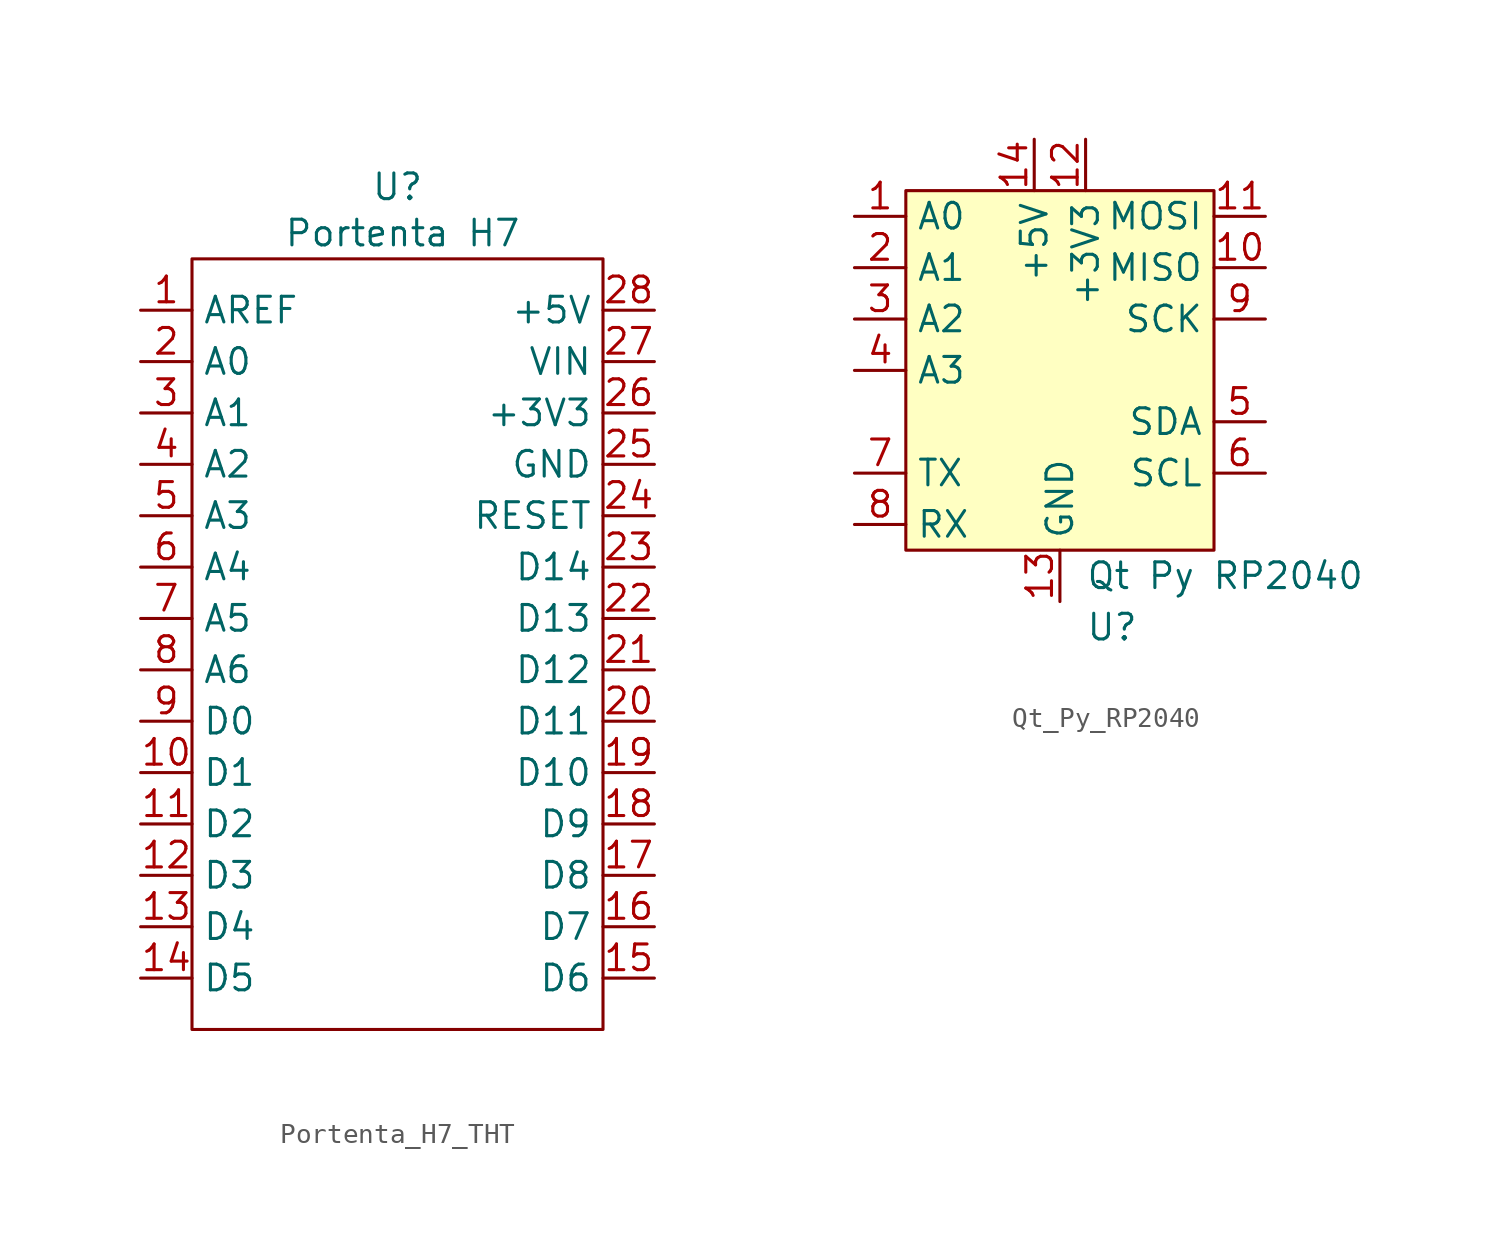
<source format=kicad_sym>
(kicad_symbol_lib
  (version 20231120)
  (generator "kicad_symbol_editor")
  (generator_version "8.0")
  (symbol "Portenta_H7_THT"
    (property "Reference" "U"
      (at 0 22.606 0)
      (effects (font (size 1.27 1.27))))
    (property "Value" "Portenta H7"
      (at 0.254 20.32 0)
      (effects (font (size 1.27 1.27))))
    (symbol "Portenta_H7_THT_0_0"
      (pin power_out line (at -12.7 16.51 0) (length 2.54) (name "AREF" (effects (font (size 1.27 1.27)))) (number "1" (effects (font (size 1.27 1.27)))))
      (pin input line (at 12.7 6.35 180) (length 2.54) (name "RESET" (effects (font (size 1.27 1.27)))) (number "24" (effects (font (size 1.27 1.27)))))
      (pin passive line (at 12.7 8.89 180) (length 2.54) (name "GND" (effects (font (size 1.27 1.27)))) (number "25" (effects (font (size 1.27 1.27)))))
      (pin power_out line (at 12.7 11.43 180) (length 2.54) (name "+3V3" (effects (font (size 1.27 1.27)))) (number "26" (effects (font (size 1.27 1.27)))))
      (pin power_in line (at 12.7 13.97 180) (length 2.54) (name "VIN" (effects (font (size 1.27 1.27)))) (number "27" (effects (font (size 1.27 1.27)))))
      (pin power_out line (at 12.7 16.51 180) (length 2.54) (name "+5V" (effects (font (size 1.27 1.27)))) (number "28" (effects (font (size 1.27 1.27))))))
    (symbol "Portenta_H7_THT_0_1"
      (rectangle (start -10.16 19.05) (end 10.16 -19.05) (stroke (width 0) (type default)) (fill (type none))))
    (symbol "Portenta_H7_THT_1_0"
      (pin bidirectional line (at -12.7 -6.35 0) (length 2.54) (name "D1" (effects (font (size 1.27 1.27)))) (number "10" (effects (font (size 1.27 1.27)))) (alternate "PK1" bidirectional line) (alternate "PWM 5" output line))
      (pin bidirectional line (at -12.7 -8.89 0) (length 2.54) (name "D2" (effects (font (size 1.27 1.27)))) (number "11" (effects (font (size 1.27 1.27)))) (alternate "PJ11" bidirectional line) (alternate "PWM 4" output line))
      (pin bidirectional line (at -12.7 -11.43 0) (length 2.54) (name "D3" (effects (font (size 1.27 1.27)))) (number "12" (effects (font (size 1.27 1.27)))) (alternate "PG7" bidirectional line) (alternate "PWM 3" output line))
      (pin bidirectional line (at -12.7 -13.97 0) (length 2.54) (name "D4" (effects (font (size 1.27 1.27)))) (number "13" (effects (font (size 1.27 1.27)))) (alternate "PC7" bidirectional line) (alternate "PWM 2" output line))
      (pin bidirectional line (at -12.7 -16.51 0) (length 2.54) (name "D5" (effects (font (size 1.27 1.27)))) (number "14" (effects (font (size 1.27 1.27)))) (alternate "PC6" bidirectional line) (alternate "PWM 1" output line))
      (pin bidirectional line (at 12.7 -16.51 180) (length 2.54) (name "D6" (effects (font (size 1.27 1.27)))) (number "15" (effects (font (size 1.27 1.27)))) (alternate "PA8" bidirectional line) (alternate "PWM 0" output line))
      (pin bidirectional line (at 12.7 -13.97 180) (length 2.54) (name "D7" (effects (font (size 1.27 1.27)))) (number "16" (effects (font (size 1.27 1.27)))) (alternate "PI0" bidirectional line) (alternate "SPI1_CS" output line))
      (pin bidirectional line (at 12.7 -11.43 180) (length 2.54) (name "D8" (effects (font (size 1.27 1.27)))) (number "17" (effects (font (size 1.27 1.27)))) (alternate "PC3" bidirectional line) (alternate "SPI1_COPI" output line))
      (pin bidirectional line (at 12.7 -8.89 180) (length 2.54) (name "D9" (effects (font (size 1.27 1.27)))) (number "18" (effects (font (size 1.27 1.27)))) (alternate "PI1" bidirectional line) (alternate "SPI1_CK" output clock))
      (pin bidirectional line (at 12.7 -6.35 180) (length 2.54) (name "D10" (effects (font (size 1.27 1.27)))) (number "19" (effects (font (size 1.27 1.27)))) (alternate "PC2" bidirectional line) (alternate "SPI1_CIPO" input line))
      (pin bidirectional line (at -12.7 13.97 0) (length 2.54) (name "A0" (effects (font (size 1.27 1.27)))) (number "2" (effects (font (size 1.27 1.27)))) (alternate "ADC A0" bidirectional line) (alternate "PA0_C" bidirectional line))
      (pin bidirectional line (at 12.7 -3.81 180) (length 2.54) (name "D11" (effects (font (size 1.27 1.27)))) (number "20" (effects (font (size 1.27 1.27)))) (alternate "I2C3_SDA" bidirectional line) (alternate "PH8" bidirectional line))
      (pin bidirectional line (at 12.7 -1.27 180) (length 2.54) (name "D12" (effects (font (size 1.27 1.27)))) (number "21" (effects (font (size 1.27 1.27)))) (alternate "I2C_SCL" output clock) (alternate "PH7" bidirectional line))
      (pin bidirectional line (at 12.7 1.27 180) (length 2.54) (name "D13" (effects (font (size 1.27 1.27)))) (number "22" (effects (font (size 1.27 1.27)))) (alternate "PA10" bidirectional line) (alternate "UART1_RX" input line))
      (pin bidirectional line (at 12.7 3.81 180) (length 2.54) (name "D14" (effects (font (size 1.27 1.27)))) (number "23" (effects (font (size 1.27 1.27)))) (alternate "PA9" bidirectional line) (alternate "UART1_TX" output line))
      (pin bidirectional line (at -12.7 11.43 0) (length 2.54) (name "A1" (effects (font (size 1.27 1.27)))) (number "3" (effects (font (size 1.27 1.27)))) (alternate "ADC A1" bidirectional line) (alternate "PA1_C" bidirectional line))
      (pin bidirectional line (at -12.7 8.89 0) (length 2.54) (name "A2" (effects (font (size 1.27 1.27)))) (number "4" (effects (font (size 1.27 1.27)))) (alternate "ADC A2" bidirectional line) (alternate "PC2_C" bidirectional line))
      (pin bidirectional line (at -12.7 6.35 0) (length 2.54) (name "A3" (effects (font (size 1.27 1.27)))) (number "5" (effects (font (size 1.27 1.27)))) (alternate "ADC A3" bidirectional line) (alternate "PC3_C" bidirectional line))
      (pin bidirectional line (at -12.7 3.81 0) (length 2.54) (name "A4" (effects (font (size 1.27 1.27)))) (number "6" (effects (font (size 1.27 1.27)))) (alternate "ADC A4" bidirectional line) (alternate "PC2" bidirectional line))
      (pin bidirectional line (at -12.7 1.27 0) (length 2.54) (name "A5" (effects (font (size 1.27 1.27)))) (number "7" (effects (font (size 1.27 1.27)))) (alternate "ADC A5" bidirectional line) (alternate "D20" bidirectional line) (alternate "PC3" bidirectional line))
      (pin bidirectional line (at -12.7 -1.27 0) (length 2.54) (name "A6" (effects (font (size 1.27 1.27)))) (number "8" (effects (font (size 1.27 1.27)))) (alternate "ADC A6" bidirectional line) (alternate "D21" bidirectional line) (alternate "PA4" bidirectional line))
      (pin bidirectional line (at -12.7 -3.81 0) (length 2.54) (name "D0" (effects (font (size 1.27 1.27)))) (number "9" (effects (font (size 1.27 1.27)))) (alternate "PH15" bidirectional line) (alternate "PWM 6" output line))))
  (symbol "Qt_Py_RP2040"
    (property "Reference" "U"
      (at 1.27 -12.7 0)
      (effects (font (size 1.27 1.27)) (justify left)))
    (property "Value" "Qt Py RP2040"
      (at 1.27 -10.16 0)
      (effects (font (size 1.27 1.27)) (justify left)))
    (symbol "Qt_Py_RP2040_1_1"
      (rectangle (start -7.62 8.89) (end 7.62 -8.89) (stroke (width 0) (type default)) (fill (type background)))
      (pin bidirectional line (at -10.16 7.62 0) (length 2.54) (name "A0" (effects (font (size 1.27 1.27)))) (number "1" (effects (font (size 1.27 1.27)))))
      (pin bidirectional line (at 10.16 5.08 180) (length 2.54) (name "MISO" (effects (font (size 1.27 1.27)))) (number "10" (effects (font (size 1.27 1.27)))))
      (pin bidirectional line (at 10.16 7.62 180) (length 2.54) (name "MOSI" (effects (font (size 1.27 1.27)))) (number "11" (effects (font (size 1.27 1.27)))))
      (pin power_out line (at 1.27 11.43 270) (length 2.54) (name "+3V3" (effects (font (size 1.27 1.27)))) (number "12" (effects (font (size 1.27 1.27)))))
      (pin passive line (at 0 -11.43 90) (length 2.54) (name "GND" (effects (font (size 1.27 1.27)))) (number "13" (effects (font (size 1.27 1.27)))))
      (pin power_in line (at -1.27 11.43 270) (length 2.54) (name "+5V" (effects (font (size 1.27 1.27)))) (number "14" (effects (font (size 1.27 1.27)))))
      (pin bidirectional line (at -10.16 5.08 0) (length 2.54) (name "A1" (effects (font (size 1.27 1.27)))) (number "2" (effects (font (size 1.27 1.27)))))
      (pin bidirectional line (at -10.16 2.54 0) (length 2.54) (name "A2" (effects (font (size 1.27 1.27)))) (number "3" (effects (font (size 1.27 1.27)))))
      (pin bidirectional line (at -10.16 0 0) (length 2.54) (name "A3" (effects (font (size 1.27 1.27)))) (number "4" (effects (font (size 1.27 1.27)))))
      (pin bidirectional line (at 10.16 -2.54 180) (length 2.54) (name "SDA" (effects (font (size 1.27 1.27)))) (number "5" (effects (font (size 1.27 1.27)))))
      (pin bidirectional line (at 10.16 -5.08 180) (length 2.54) (name "SCL" (effects (font (size 1.27 1.27)))) (number "6" (effects (font (size 1.27 1.27)))))
      (pin bidirectional line (at -10.16 -5.08 0) (length 2.54) (name "TX" (effects (font (size 1.27 1.27)))) (number "7" (effects (font (size 1.27 1.27)))))
      (pin bidirectional line (at -10.16 -7.62 0) (length 2.54) (name "RX" (effects (font (size 1.27 1.27)))) (number "8" (effects (font (size 1.27 1.27)))))
      (pin bidirectional line (at 10.16 2.54 180) (length 2.54) (name "SCK" (effects (font (size 1.27 1.27)))) (number "9" (effects (font (size 1.27 1.27))))))))
</source>
